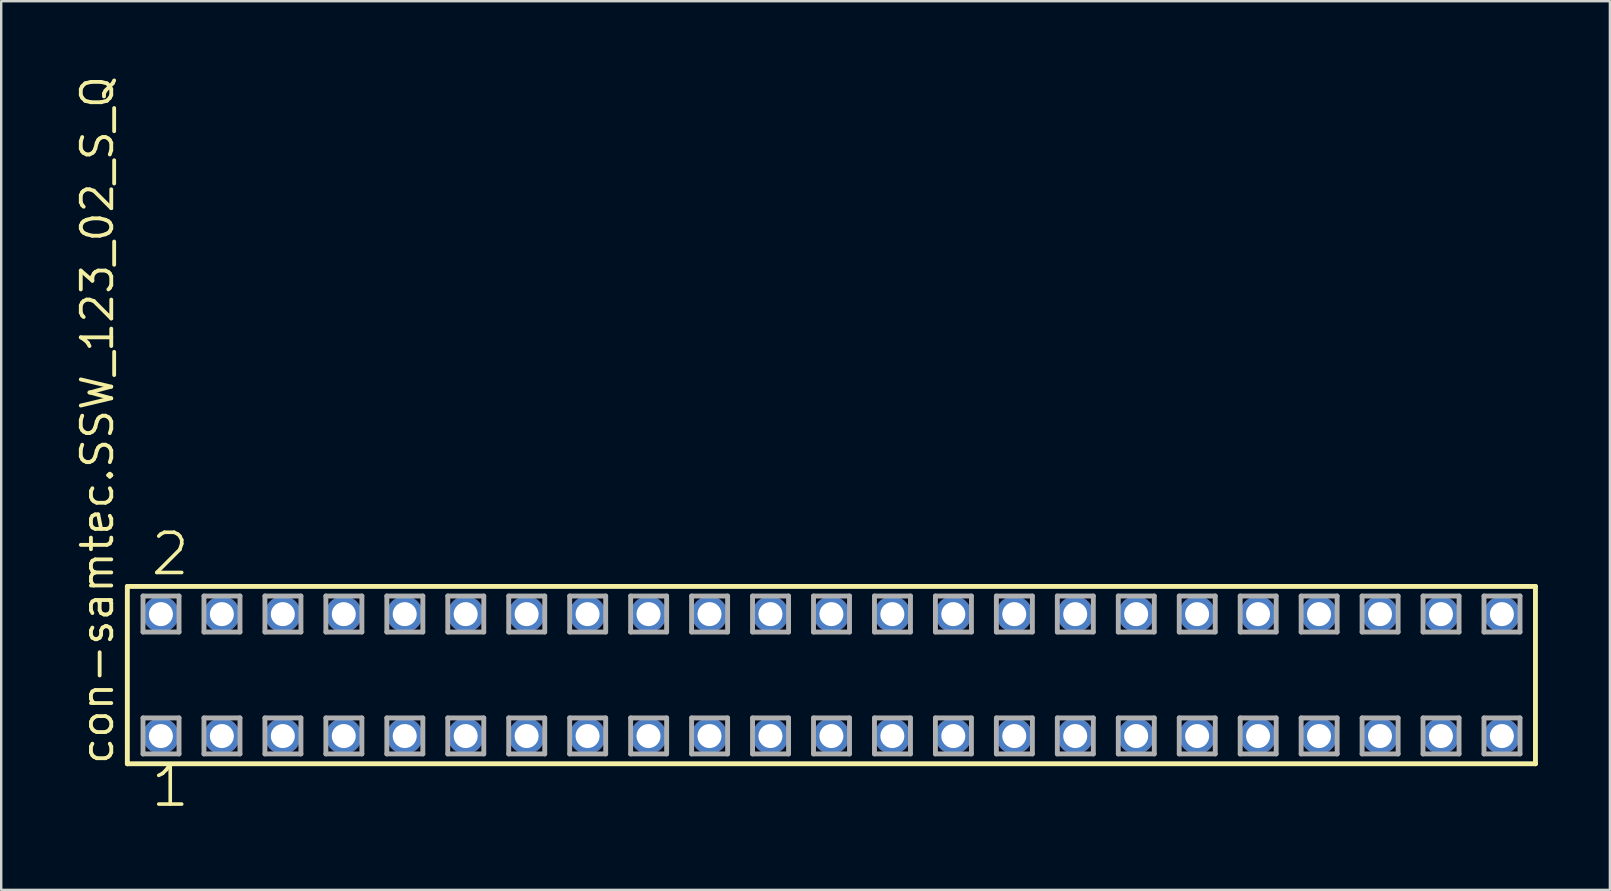
<source format=kicad_pcb>
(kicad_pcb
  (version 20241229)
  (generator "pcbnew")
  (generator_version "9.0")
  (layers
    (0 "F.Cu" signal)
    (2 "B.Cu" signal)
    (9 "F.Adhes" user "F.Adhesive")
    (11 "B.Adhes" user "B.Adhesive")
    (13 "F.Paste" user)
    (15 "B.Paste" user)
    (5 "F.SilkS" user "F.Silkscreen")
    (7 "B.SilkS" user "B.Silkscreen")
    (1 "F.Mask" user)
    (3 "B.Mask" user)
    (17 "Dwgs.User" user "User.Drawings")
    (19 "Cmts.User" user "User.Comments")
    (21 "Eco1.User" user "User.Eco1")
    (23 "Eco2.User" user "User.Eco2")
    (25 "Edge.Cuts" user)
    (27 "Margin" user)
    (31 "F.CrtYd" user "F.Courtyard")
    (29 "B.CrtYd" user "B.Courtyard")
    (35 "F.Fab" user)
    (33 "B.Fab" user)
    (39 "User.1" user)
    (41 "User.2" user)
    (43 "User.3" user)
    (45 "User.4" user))
  (footprint "con-samtec.SSW_123_02_S_Q"
    (layer "F.Cu")
    (at 31.595 25.082)
    (property "Reference" "con-samtec.SSW_123_02_S_Q" (at -29.845 3.81 90) (layer "F.SilkS") (effects (font (size 1.27 1.27) (thickness 0.16)) (justify left bottom)))
    (attr through_hole)
    (fp_line (start -29.339 -3.695) (end 29.339 -3.695) (stroke (width 0.203) (type default)) (layer "F.SilkS"))
    (fp_line (start -29.339 3.695) (end -29.339 -3.695) (stroke (width 0.203) (type default)) (layer "F.SilkS"))
    (fp_line (start 29.339 -3.695) (end 29.339 3.695) (stroke (width 0.203) (type default)) (layer "F.SilkS"))
    (fp_line (start 29.339 3.695) (end -29.339 3.695) (stroke (width 0.203) (type default)) (layer "F.SilkS"))
    (fp_line (start -28.685 -3.295) (end -27.185 -3.295) (stroke (width 0.203) (type default)) (layer "F.Fab"))
    (fp_line (start -28.685 -1.795) (end -28.685 -3.295) (stroke (width 0.203) (type default)) (layer "F.Fab"))
    (fp_line (start -28.685 1.785) (end -27.185 1.785) (stroke (width 0.203) (type default)) (layer "F.Fab"))
    (fp_line (start -28.685 3.285) (end -28.685 1.785) (stroke (width 0.203) (type default)) (layer "F.Fab"))
    (fp_line (start -27.185 -3.295) (end -27.185 -1.795) (stroke (width 0.203) (type default)) (layer "F.Fab"))
    (fp_line (start -27.185 -1.795) (end -28.685 -1.795) (stroke (width 0.203) (type default)) (layer "F.Fab"))
    (fp_line (start -27.185 1.785) (end -27.185 3.285) (stroke (width 0.203) (type default)) (layer "F.Fab"))
    (fp_line (start -27.185 3.285) (end -28.685 3.285) (stroke (width 0.203) (type default)) (layer "F.Fab"))
    (fp_line (start -26.145 -3.295) (end -24.645 -3.295) (stroke (width 0.203) (type default)) (layer "F.Fab"))
    (fp_line (start -26.145 -1.795) (end -26.145 -3.295) (stroke (width 0.203) (type default)) (layer "F.Fab"))
    (fp_line (start -26.145 1.785) (end -24.645 1.785) (stroke (width 0.203) (type default)) (layer "F.Fab"))
    (fp_line (start -26.145 3.285) (end -26.145 1.785) (stroke (width 0.203) (type default)) (layer "F.Fab"))
    (fp_line (start -24.645 -3.295) (end -24.645 -1.795) (stroke (width 0.203) (type default)) (layer "F.Fab"))
    (fp_line (start -24.645 -1.795) (end -26.145 -1.795) (stroke (width 0.203) (type default)) (layer "F.Fab"))
    (fp_line (start -24.645 1.785) (end -24.645 3.285) (stroke (width 0.203) (type default)) (layer "F.Fab"))
    (fp_line (start -24.645 3.285) (end -26.145 3.285) (stroke (width 0.203) (type default)) (layer "F.Fab"))
    (fp_line (start -23.605 -3.295) (end -22.105 -3.295) (stroke (width 0.203) (type default)) (layer "F.Fab"))
    (fp_line (start -23.605 -1.795) (end -23.605 -3.295) (stroke (width 0.203) (type default)) (layer "F.Fab"))
    (fp_line (start -23.605 1.785) (end -22.105 1.785) (stroke (width 0.203) (type default)) (layer "F.Fab"))
    (fp_line (start -23.605 3.285) (end -23.605 1.785) (stroke (width 0.203) (type default)) (layer "F.Fab"))
    (fp_line (start -22.105 -3.295) (end -22.105 -1.795) (stroke (width 0.203) (type default)) (layer "F.Fab"))
    (fp_line (start -22.105 -1.795) (end -23.605 -1.795) (stroke (width 0.203) (type default)) (layer "F.Fab"))
    (fp_line (start -22.105 1.785) (end -22.105 3.285) (stroke (width 0.203) (type default)) (layer "F.Fab"))
    (fp_line (start -22.105 3.285) (end -23.605 3.285) (stroke (width 0.203) (type default)) (layer "F.Fab"))
    (fp_line (start -21.065 -3.295) (end -19.565 -3.295) (stroke (width 0.203) (type default)) (layer "F.Fab"))
    (fp_line (start -21.065 -1.795) (end -21.065 -3.295) (stroke (width 0.203) (type default)) (layer "F.Fab"))
    (fp_line (start -21.065 1.785) (end -19.565 1.785) (stroke (width 0.203) (type default)) (layer "F.Fab"))
    (fp_line (start -21.065 3.285) (end -21.065 1.785) (stroke (width 0.203) (type default)) (layer "F.Fab"))
    (fp_line (start -19.565 -3.295) (end -19.565 -1.795) (stroke (width 0.203) (type default)) (layer "F.Fab"))
    (fp_line (start -19.565 -1.795) (end -21.065 -1.795) (stroke (width 0.203) (type default)) (layer "F.Fab"))
    (fp_line (start -19.565 1.785) (end -19.565 3.285) (stroke (width 0.203) (type default)) (layer "F.Fab"))
    (fp_line (start -19.565 3.285) (end -21.065 3.285) (stroke (width 0.203) (type default)) (layer "F.Fab"))
    (fp_line (start -18.525 -3.295) (end -17.025 -3.295) (stroke (width 0.203) (type default)) (layer "F.Fab"))
    (fp_line (start -18.525 -1.795) (end -18.525 -3.295) (stroke (width 0.203) (type default)) (layer "F.Fab"))
    (fp_line (start -18.525 1.785) (end -17.025 1.785) (stroke (width 0.203) (type default)) (layer "F.Fab"))
    (fp_line (start -18.525 3.285) (end -18.525 1.785) (stroke (width 0.203) (type default)) (layer "F.Fab"))
    (fp_line (start -17.025 -3.295) (end -17.025 -1.795) (stroke (width 0.203) (type default)) (layer "F.Fab"))
    (fp_line (start -17.025 -1.795) (end -18.525 -1.795) (stroke (width 0.203) (type default)) (layer "F.Fab"))
    (fp_line (start -17.025 1.785) (end -17.025 3.285) (stroke (width 0.203) (type default)) (layer "F.Fab"))
    (fp_line (start -17.025 3.285) (end -18.525 3.285) (stroke (width 0.203) (type default)) (layer "F.Fab"))
    (fp_line (start -15.985 -3.295) (end -14.485 -3.295) (stroke (width 0.203) (type default)) (layer "F.Fab"))
    (fp_line (start -15.985 -1.795) (end -15.985 -3.295) (stroke (width 0.203) (type default)) (layer "F.Fab"))
    (fp_line (start -15.985 1.785) (end -14.485 1.785) (stroke (width 0.203) (type default)) (layer "F.Fab"))
    (fp_line (start -15.985 3.285) (end -15.985 1.785) (stroke (width 0.203) (type default)) (layer "F.Fab"))
    (fp_line (start -14.485 -3.295) (end -14.485 -1.795) (stroke (width 0.203) (type default)) (layer "F.Fab"))
    (fp_line (start -14.485 -1.795) (end -15.985 -1.795) (stroke (width 0.203) (type default)) (layer "F.Fab"))
    (fp_line (start -14.485 1.785) (end -14.485 3.285) (stroke (width 0.203) (type default)) (layer "F.Fab"))
    (fp_line (start -14.485 3.285) (end -15.985 3.285) (stroke (width 0.203) (type default)) (layer "F.Fab"))
    (fp_line (start -13.445 -3.295) (end -11.945 -3.295) (stroke (width 0.203) (type default)) (layer "F.Fab"))
    (fp_line (start -13.445 -1.795) (end -13.445 -3.295) (stroke (width 0.203) (type default)) (layer "F.Fab"))
    (fp_line (start -13.445 1.785) (end -11.945 1.785) (stroke (width 0.203) (type default)) (layer "F.Fab"))
    (fp_line (start -13.445 3.285) (end -13.445 1.785) (stroke (width 0.203) (type default)) (layer "F.Fab"))
    (fp_line (start -11.945 -3.295) (end -11.945 -1.795) (stroke (width 0.203) (type default)) (layer "F.Fab"))
    (fp_line (start -11.945 -1.795) (end -13.445 -1.795) (stroke (width 0.203) (type default)) (layer "F.Fab"))
    (fp_line (start -11.945 1.785) (end -11.945 3.285) (stroke (width 0.203) (type default)) (layer "F.Fab"))
    (fp_line (start -11.945 3.285) (end -13.445 3.285) (stroke (width 0.203) (type default)) (layer "F.Fab"))
    (fp_line (start -10.905 -3.295) (end -9.405 -3.295) (stroke (width 0.203) (type default)) (layer "F.Fab"))
    (fp_line (start -10.905 -1.795) (end -10.905 -3.295) (stroke (width 0.203) (type default)) (layer "F.Fab"))
    (fp_line (start -10.905 1.785) (end -9.405 1.785) (stroke (width 0.203) (type default)) (layer "F.Fab"))
    (fp_line (start -10.905 3.285) (end -10.905 1.785) (stroke (width 0.203) (type default)) (layer "F.Fab"))
    (fp_line (start -9.405 -3.295) (end -9.405 -1.795) (stroke (width 0.203) (type default)) (layer "F.Fab"))
    (fp_line (start -9.405 -1.795) (end -10.905 -1.795) (stroke (width 0.203) (type default)) (layer "F.Fab"))
    (fp_line (start -9.405 1.785) (end -9.405 3.285) (stroke (width 0.203) (type default)) (layer "F.Fab"))
    (fp_line (start -9.405 3.285) (end -10.905 3.285) (stroke (width 0.203) (type default)) (layer "F.Fab"))
    (fp_line (start -8.365 -3.295) (end -6.865 -3.295) (stroke (width 0.203) (type default)) (layer "F.Fab"))
    (fp_line (start -8.365 -1.795) (end -8.365 -3.295) (stroke (width 0.203) (type default)) (layer "F.Fab"))
    (fp_line (start -8.365 1.785) (end -6.865 1.785) (stroke (width 0.203) (type default)) (layer "F.Fab"))
    (fp_line (start -8.365 3.285) (end -8.365 1.785) (stroke (width 0.203) (type default)) (layer "F.Fab"))
    (fp_line (start -6.865 -3.295) (end -6.865 -1.795) (stroke (width 0.203) (type default)) (layer "F.Fab"))
    (fp_line (start -6.865 -1.795) (end -8.365 -1.795) (stroke (width 0.203) (type default)) (layer "F.Fab"))
    (fp_line (start -6.865 1.785) (end -6.865 3.285) (stroke (width 0.203) (type default)) (layer "F.Fab"))
    (fp_line (start -6.865 3.285) (end -8.365 3.285) (stroke (width 0.203) (type default)) (layer "F.Fab"))
    (fp_line (start -5.825 -3.295) (end -4.325 -3.295) (stroke (width 0.203) (type default)) (layer "F.Fab"))
    (fp_line (start -5.825 -1.795) (end -5.825 -3.295) (stroke (width 0.203) (type default)) (layer "F.Fab"))
    (fp_line (start -5.825 1.785) (end -4.325 1.785) (stroke (width 0.203) (type default)) (layer "F.Fab"))
    (fp_line (start -5.825 3.285) (end -5.825 1.785) (stroke (width 0.203) (type default)) (layer "F.Fab"))
    (fp_line (start -4.325 -3.295) (end -4.325 -1.795) (stroke (width 0.203) (type default)) (layer "F.Fab"))
    (fp_line (start -4.325 -1.795) (end -5.825 -1.795) (stroke (width 0.203) (type default)) (layer "F.Fab"))
    (fp_line (start -4.325 1.785) (end -4.325 3.285) (stroke (width 0.203) (type default)) (layer "F.Fab"))
    (fp_line (start -4.325 3.285) (end -5.825 3.285) (stroke (width 0.203) (type default)) (layer "F.Fab"))
    (fp_line (start -3.285 -3.295) (end -1.785 -3.295) (stroke (width 0.203) (type default)) (layer "F.Fab"))
    (fp_line (start -3.285 -1.795) (end -3.285 -3.295) (stroke (width 0.203) (type default)) (layer "F.Fab"))
    (fp_line (start -3.285 1.785) (end -1.785 1.785) (stroke (width 0.203) (type default)) (layer "F.Fab"))
    (fp_line (start -3.285 3.285) (end -3.285 1.785) (stroke (width 0.203) (type default)) (layer "F.Fab"))
    (fp_line (start -1.785 -3.295) (end -1.785 -1.795) (stroke (width 0.203) (type default)) (layer "F.Fab"))
    (fp_line (start -1.785 -1.795) (end -3.285 -1.795) (stroke (width 0.203) (type default)) (layer "F.Fab"))
    (fp_line (start -1.785 1.785) (end -1.785 3.285) (stroke (width 0.203) (type default)) (layer "F.Fab"))
    (fp_line (start -1.785 3.285) (end -3.285 3.285) (stroke (width 0.203) (type default)) (layer "F.Fab"))
    (fp_line (start -0.745 -3.295) (end 0.755 -3.295) (stroke (width 0.203) (type default)) (layer "F.Fab"))
    (fp_line (start -0.745 -1.795) (end -0.745 -3.295) (stroke (width 0.203) (type default)) (layer "F.Fab"))
    (fp_line (start -0.745 1.785) (end 0.755 1.785) (stroke (width 0.203) (type default)) (layer "F.Fab"))
    (fp_line (start -0.745 3.285) (end -0.745 1.785) (stroke (width 0.203) (type default)) (layer "F.Fab"))
    (fp_line (start 0.755 -3.295) (end 0.755 -1.795) (stroke (width 0.203) (type default)) (layer "F.Fab"))
    (fp_line (start 0.755 -1.795) (end -0.745 -1.795) (stroke (width 0.203) (type default)) (layer "F.Fab"))
    (fp_line (start 0.755 1.785) (end 0.755 3.285) (stroke (width 0.203) (type default)) (layer "F.Fab"))
    (fp_line (start 0.755 3.285) (end -0.745 3.285) (stroke (width 0.203) (type default)) (layer "F.Fab"))
    (fp_line (start 1.795 -3.295) (end 3.295 -3.295) (stroke (width 0.203) (type default)) (layer "F.Fab"))
    (fp_line (start 1.795 -1.795) (end 1.795 -3.295) (stroke (width 0.203) (type default)) (layer "F.Fab"))
    (fp_line (start 1.795 1.785) (end 3.295 1.785) (stroke (width 0.203) (type default)) (layer "F.Fab"))
    (fp_line (start 1.795 3.285) (end 1.795 1.785) (stroke (width 0.203) (type default)) (layer "F.Fab"))
    (fp_line (start 3.295 -3.295) (end 3.295 -1.795) (stroke (width 0.203) (type default)) (layer "F.Fab"))
    (fp_line (start 3.295 -1.795) (end 1.795 -1.795) (stroke (width 0.203) (type default)) (layer "F.Fab"))
    (fp_line (start 3.295 1.785) (end 3.295 3.285) (stroke (width 0.203) (type default)) (layer "F.Fab"))
    (fp_line (start 3.295 3.285) (end 1.795 3.285) (stroke (width 0.203) (type default)) (layer "F.Fab"))
    (fp_line (start 4.335 -3.295) (end 5.835 -3.295) (stroke (width 0.203) (type default)) (layer "F.Fab"))
    (fp_line (start 4.335 -1.795) (end 4.335 -3.295) (stroke (width 0.203) (type default)) (layer "F.Fab"))
    (fp_line (start 4.335 1.785) (end 5.835 1.785) (stroke (width 0.203) (type default)) (layer "F.Fab"))
    (fp_line (start 4.335 3.285) (end 4.335 1.785) (stroke (width 0.203) (type default)) (layer "F.Fab"))
    (fp_line (start 5.835 -3.295) (end 5.835 -1.795) (stroke (width 0.203) (type default)) (layer "F.Fab"))
    (fp_line (start 5.835 -1.795) (end 4.335 -1.795) (stroke (width 0.203) (type default)) (layer "F.Fab"))
    (fp_line (start 5.835 1.785) (end 5.835 3.285) (stroke (width 0.203) (type default)) (layer "F.Fab"))
    (fp_line (start 5.835 3.285) (end 4.335 3.285) (stroke (width 0.203) (type default)) (layer "F.Fab"))
    (fp_line (start 6.875 -3.295) (end 8.375 -3.295) (stroke (width 0.203) (type default)) (layer "F.Fab"))
    (fp_line (start 6.875 -1.795) (end 6.875 -3.295) (stroke (width 0.203) (type default)) (layer "F.Fab"))
    (fp_line (start 6.875 1.785) (end 8.375 1.785) (stroke (width 0.203) (type default)) (layer "F.Fab"))
    (fp_line (start 6.875 3.285) (end 6.875 1.785) (stroke (width 0.203) (type default)) (layer "F.Fab"))
    (fp_line (start 8.375 -3.295) (end 8.375 -1.795) (stroke (width 0.203) (type default)) (layer "F.Fab"))
    (fp_line (start 8.375 -1.795) (end 6.875 -1.795) (stroke (width 0.203) (type default)) (layer "F.Fab"))
    (fp_line (start 8.375 1.785) (end 8.375 3.285) (stroke (width 0.203) (type default)) (layer "F.Fab"))
    (fp_line (start 8.375 3.285) (end 6.875 3.285) (stroke (width 0.203) (type default)) (layer "F.Fab"))
    (fp_line (start 9.415 -3.295) (end 10.915 -3.295) (stroke (width 0.203) (type default)) (layer "F.Fab"))
    (fp_line (start 9.415 -1.795) (end 9.415 -3.295) (stroke (width 0.203) (type default)) (layer "F.Fab"))
    (fp_line (start 9.415 1.785) (end 10.915 1.785) (stroke (width 0.203) (type default)) (layer "F.Fab"))
    (fp_line (start 9.415 3.285) (end 9.415 1.785) (stroke (width 0.203) (type default)) (layer "F.Fab"))
    (fp_line (start 10.915 -3.295) (end 10.915 -1.795) (stroke (width 0.203) (type default)) (layer "F.Fab"))
    (fp_line (start 10.915 -1.795) (end 9.415 -1.795) (stroke (width 0.203) (type default)) (layer "F.Fab"))
    (fp_line (start 10.915 1.785) (end 10.915 3.285) (stroke (width 0.203) (type default)) (layer "F.Fab"))
    (fp_line (start 10.915 3.285) (end 9.415 3.285) (stroke (width 0.203) (type default)) (layer "F.Fab"))
    (fp_line (start 11.955 -3.295) (end 13.455 -3.295) (stroke (width 0.203) (type default)) (layer "F.Fab"))
    (fp_line (start 11.955 -1.795) (end 11.955 -3.295) (stroke (width 0.203) (type default)) (layer "F.Fab"))
    (fp_line (start 11.955 1.785) (end 13.455 1.785) (stroke (width 0.203) (type default)) (layer "F.Fab"))
    (fp_line (start 11.955 3.285) (end 11.955 1.785) (stroke (width 0.203) (type default)) (layer "F.Fab"))
    (fp_line (start 13.455 -3.295) (end 13.455 -1.795) (stroke (width 0.203) (type default)) (layer "F.Fab"))
    (fp_line (start 13.455 -1.795) (end 11.955 -1.795) (stroke (width 0.203) (type default)) (layer "F.Fab"))
    (fp_line (start 13.455 1.785) (end 13.455 3.285) (stroke (width 0.203) (type default)) (layer "F.Fab"))
    (fp_line (start 13.455 3.285) (end 11.955 3.285) (stroke (width 0.203) (type default)) (layer "F.Fab"))
    (fp_line (start 14.495 -3.295) (end 15.995 -3.295) (stroke (width 0.203) (type default)) (layer "F.Fab"))
    (fp_line (start 14.495 -1.795) (end 14.495 -3.295) (stroke (width 0.203) (type default)) (layer "F.Fab"))
    (fp_line (start 14.495 1.785) (end 15.995 1.785) (stroke (width 0.203) (type default)) (layer "F.Fab"))
    (fp_line (start 14.495 3.285) (end 14.495 1.785) (stroke (width 0.203) (type default)) (layer "F.Fab"))
    (fp_line (start 15.995 -3.295) (end 15.995 -1.795) (stroke (width 0.203) (type default)) (layer "F.Fab"))
    (fp_line (start 15.995 -1.795) (end 14.495 -1.795) (stroke (width 0.203) (type default)) (layer "F.Fab"))
    (fp_line (start 15.995 1.785) (end 15.995 3.285) (stroke (width 0.203) (type default)) (layer "F.Fab"))
    (fp_line (start 15.995 3.285) (end 14.495 3.285) (stroke (width 0.203) (type default)) (layer "F.Fab"))
    (fp_line (start 17.035 -3.295) (end 18.535 -3.295) (stroke (width 0.203) (type default)) (layer "F.Fab"))
    (fp_line (start 17.035 -1.795) (end 17.035 -3.295) (stroke (width 0.203) (type default)) (layer "F.Fab"))
    (fp_line (start 17.035 1.785) (end 18.535 1.785) (stroke (width 0.203) (type default)) (layer "F.Fab"))
    (fp_line (start 17.035 3.285) (end 17.035 1.785) (stroke (width 0.203) (type default)) (layer "F.Fab"))
    (fp_line (start 18.535 -3.295) (end 18.535 -1.795) (stroke (width 0.203) (type default)) (layer "F.Fab"))
    (fp_line (start 18.535 -1.795) (end 17.035 -1.795) (stroke (width 0.203) (type default)) (layer "F.Fab"))
    (fp_line (start 18.535 1.785) (end 18.535 3.285) (stroke (width 0.203) (type default)) (layer "F.Fab"))
    (fp_line (start 18.535 3.285) (end 17.035 3.285) (stroke (width 0.203) (type default)) (layer "F.Fab"))
    (fp_line (start 19.575 -3.295) (end 21.075 -3.295) (stroke (width 0.203) (type default)) (layer "F.Fab"))
    (fp_line (start 19.575 -1.795) (end 19.575 -3.295) (stroke (width 0.203) (type default)) (layer "F.Fab"))
    (fp_line (start 19.575 1.785) (end 21.075 1.785) (stroke (width 0.203) (type default)) (layer "F.Fab"))
    (fp_line (start 19.575 3.285) (end 19.575 1.785) (stroke (width 0.203) (type default)) (layer "F.Fab"))
    (fp_line (start 21.075 -3.295) (end 21.075 -1.795) (stroke (width 0.203) (type default)) (layer "F.Fab"))
    (fp_line (start 21.075 -1.795) (end 19.575 -1.795) (stroke (width 0.203) (type default)) (layer "F.Fab"))
    (fp_line (start 21.075 1.785) (end 21.075 3.285) (stroke (width 0.203) (type default)) (layer "F.Fab"))
    (fp_line (start 21.075 3.285) (end 19.575 3.285) (stroke (width 0.203) (type default)) (layer "F.Fab"))
    (fp_line (start 22.115 -3.295) (end 23.615 -3.295) (stroke (width 0.203) (type default)) (layer "F.Fab"))
    (fp_line (start 22.115 -1.795) (end 22.115 -3.295) (stroke (width 0.203) (type default)) (layer "F.Fab"))
    (fp_line (start 22.115 1.785) (end 23.615 1.785) (stroke (width 0.203) (type default)) (layer "F.Fab"))
    (fp_line (start 22.115 3.285) (end 22.115 1.785) (stroke (width 0.203) (type default)) (layer "F.Fab"))
    (fp_line (start 23.615 -3.295) (end 23.615 -1.795) (stroke (width 0.203) (type default)) (layer "F.Fab"))
    (fp_line (start 23.615 -1.795) (end 22.115 -1.795) (stroke (width 0.203) (type default)) (layer "F.Fab"))
    (fp_line (start 23.615 1.785) (end 23.615 3.285) (stroke (width 0.203) (type default)) (layer "F.Fab"))
    (fp_line (start 23.615 3.285) (end 22.115 3.285) (stroke (width 0.203) (type default)) (layer "F.Fab"))
    (fp_line (start 24.655 -3.295) (end 26.155 -3.295) (stroke (width 0.203) (type default)) (layer "F.Fab"))
    (fp_line (start 24.655 -1.795) (end 24.655 -3.295) (stroke (width 0.203) (type default)) (layer "F.Fab"))
    (fp_line (start 24.655 1.785) (end 26.155 1.785) (stroke (width 0.203) (type default)) (layer "F.Fab"))
    (fp_line (start 24.655 3.285) (end 24.655 1.785) (stroke (width 0.203) (type default)) (layer "F.Fab"))
    (fp_line (start 26.155 -3.295) (end 26.155 -1.795) (stroke (width 0.203) (type default)) (layer "F.Fab"))
    (fp_line (start 26.155 -1.795) (end 24.655 -1.795) (stroke (width 0.203) (type default)) (layer "F.Fab"))
    (fp_line (start 26.155 1.785) (end 26.155 3.285) (stroke (width 0.203) (type default)) (layer "F.Fab"))
    (fp_line (start 26.155 3.285) (end 24.655 3.285) (stroke (width 0.203) (type default)) (layer "F.Fab"))
    (fp_line (start 27.195 -3.295) (end 28.695 -3.295) (stroke (width 0.203) (type default)) (layer "F.Fab"))
    (fp_line (start 27.195 -1.795) (end 27.195 -3.295) (stroke (width 0.203) (type default)) (layer "F.Fab"))
    (fp_line (start 27.195 1.785) (end 28.695 1.785) (stroke (width 0.203) (type default)) (layer "F.Fab"))
    (fp_line (start 27.195 3.285) (end 27.195 1.785) (stroke (width 0.203) (type default)) (layer "F.Fab"))
    (fp_line (start 28.695 -3.295) (end 28.695 -1.795) (stroke (width 0.203) (type default)) (layer "F.Fab"))
    (fp_line (start 28.695 -1.795) (end 27.195 -1.795) (stroke (width 0.203) (type default)) (layer "F.Fab"))
    (fp_line (start 28.695 1.785) (end 28.695 3.285) (stroke (width 0.203) (type default)) (layer "F.Fab"))
    (fp_line (start 28.695 3.285) (end 27.195 3.285) (stroke (width 0.203) (type default)) (layer "F.Fab"))
    (fp_text user "2" (at -28.448 -4.064 0) (layer "F.SilkS") (effects (font (size 1.676 1.676) (thickness 0.15)) (justify left bottom)))
    (fp_text user "1" (at -28.448 5.588 0) (layer "F.SilkS") (effects (font (size 1.676 1.676) (thickness 0.15)) (justify left bottom)))
    (pad "1" thru_hole circle (at -27.94 2.54) (size 1.5 1.5) (drill 1) (layers "*.Cu" "*.Mask"))
    (pad "2" thru_hole circle (at -27.94 -2.54) (size 1.5 1.5) (drill 1) (layers "*.Cu" "*.Mask"))
    (pad "3" thru_hole circle (at -25.4 2.54) (size 1.5 1.5) (drill 1) (layers "*.Cu" "*.Mask"))
    (pad "4" thru_hole circle (at -25.4 -2.54) (size 1.5 1.5) (drill 1) (layers "*.Cu" "*.Mask"))
    (pad "5" thru_hole circle (at -22.86 2.54) (size 1.5 1.5) (drill 1) (layers "*.Cu" "*.Mask"))
    (pad "6" thru_hole circle (at -22.86 -2.54) (size 1.5 1.5) (drill 1) (layers "*.Cu" "*.Mask"))
    (pad "7" thru_hole circle (at -20.32 2.54) (size 1.5 1.5) (drill 1) (layers "*.Cu" "*.Mask"))
    (pad "8" thru_hole circle (at -20.32 -2.54) (size 1.5 1.5) (drill 1) (layers "*.Cu" "*.Mask"))
    (pad "9" thru_hole circle (at -17.78 2.54) (size 1.5 1.5) (drill 1) (layers "*.Cu" "*.Mask"))
    (pad "10" thru_hole circle (at -17.78 -2.54) (size 1.5 1.5) (drill 1) (layers "*.Cu" "*.Mask"))
    (pad "11" thru_hole circle (at -15.24 2.54) (size 1.5 1.5) (drill 1) (layers "*.Cu" "*.Mask"))
    (pad "12" thru_hole circle (at -15.24 -2.54) (size 1.5 1.5) (drill 1) (layers "*.Cu" "*.Mask"))
    (pad "13" thru_hole circle (at -12.7 2.54) (size 1.5 1.5) (drill 1) (layers "*.Cu" "*.Mask"))
    (pad "14" thru_hole circle (at -12.7 -2.54) (size 1.5 1.5) (drill 1) (layers "*.Cu" "*.Mask"))
    (pad "15" thru_hole circle (at -10.16 2.54) (size 1.5 1.5) (drill 1) (layers "*.Cu" "*.Mask"))
    (pad "16" thru_hole circle (at -10.16 -2.54) (size 1.5 1.5) (drill 1) (layers "*.Cu" "*.Mask"))
    (pad "17" thru_hole circle (at -7.62 2.54) (size 1.5 1.5) (drill 1) (layers "*.Cu" "*.Mask"))
    (pad "18" thru_hole circle (at -7.62 -2.54) (size 1.5 1.5) (drill 1) (layers "*.Cu" "*.Mask"))
    (pad "19" thru_hole circle (at -5.08 2.54) (size 1.5 1.5) (drill 1) (layers "*.Cu" "*.Mask"))
    (pad "20" thru_hole circle (at -5.08 -2.54) (size 1.5 1.5) (drill 1) (layers "*.Cu" "*.Mask"))
    (pad "21" thru_hole circle (at -2.54 2.54) (size 1.5 1.5) (drill 1) (layers "*.Cu" "*.Mask"))
    (pad "22" thru_hole circle (at -2.54 -2.54) (size 1.5 1.5) (drill 1) (layers "*.Cu" "*.Mask"))
    (pad "23" thru_hole circle (at 0 2.54) (size 1.5 1.5) (drill 1) (layers "*.Cu" "*.Mask"))
    (pad "24" thru_hole circle (at 0 -2.54) (size 1.5 1.5) (drill 1) (layers "*.Cu" "*.Mask"))
    (pad "25" thru_hole circle (at 2.54 2.54) (size 1.5 1.5) (drill 1) (layers "*.Cu" "*.Mask"))
    (pad "26" thru_hole circle (at 2.54 -2.54) (size 1.5 1.5) (drill 1) (layers "*.Cu" "*.Mask"))
    (pad "27" thru_hole circle (at 5.08 2.54) (size 1.5 1.5) (drill 1) (layers "*.Cu" "*.Mask"))
    (pad "28" thru_hole circle (at 5.08 -2.54) (size 1.5 1.5) (drill 1) (layers "*.Cu" "*.Mask"))
    (pad "29" thru_hole circle (at 7.62 2.54) (size 1.5 1.5) (drill 1) (layers "*.Cu" "*.Mask"))
    (pad "30" thru_hole circle (at 7.62 -2.54) (size 1.5 1.5) (drill 1) (layers "*.Cu" "*.Mask"))
    (pad "31" thru_hole circle (at 10.16 2.54) (size 1.5 1.5) (drill 1) (layers "*.Cu" "*.Mask"))
    (pad "32" thru_hole circle (at 10.16 -2.54) (size 1.5 1.5) (drill 1) (layers "*.Cu" "*.Mask"))
    (pad "33" thru_hole circle (at 12.7 2.54) (size 1.5 1.5) (drill 1) (layers "*.Cu" "*.Mask"))
    (pad "34" thru_hole circle (at 12.7 -2.54) (size 1.5 1.5) (drill 1) (layers "*.Cu" "*.Mask"))
    (pad "35" thru_hole circle (at 15.24 2.54) (size 1.5 1.5) (drill 1) (layers "*.Cu" "*.Mask"))
    (pad "36" thru_hole circle (at 15.24 -2.54) (size 1.5 1.5) (drill 1) (layers "*.Cu" "*.Mask"))
    (pad "37" thru_hole circle (at 17.78 2.54) (size 1.5 1.5) (drill 1) (layers "*.Cu" "*.Mask"))
    (pad "38" thru_hole circle (at 17.78 -2.54) (size 1.5 1.5) (drill 1) (layers "*.Cu" "*.Mask"))
    (pad "39" thru_hole circle (at 20.32 2.54) (size 1.5 1.5) (drill 1) (layers "*.Cu" "*.Mask"))
    (pad "40" thru_hole circle (at 20.32 -2.54) (size 1.5 1.5) (drill 1) (layers "*.Cu" "*.Mask"))
    (pad "41" thru_hole circle (at 22.86 2.54) (size 1.5 1.5) (drill 1) (layers "*.Cu" "*.Mask"))
    (pad "42" thru_hole circle (at 22.86 -2.54) (size 1.5 1.5) (drill 1) (layers "*.Cu" "*.Mask"))
    (pad "43" thru_hole circle (at 25.4 2.54) (size 1.5 1.5) (drill 1) (layers "*.Cu" "*.Mask"))
    (pad "44" thru_hole circle (at 25.4 -2.54) (size 1.5 1.5) (drill 1) (layers "*.Cu" "*.Mask"))
    (pad "45" thru_hole circle (at 27.94 2.54) (size 1.5 1.5) (drill 1) (layers "*.Cu" "*.Mask"))
    (pad "46" thru_hole circle (at 27.94 -2.54) (size 1.5 1.5) (drill 1) (layers "*.Cu" "*.Mask")))
  (gr_rect
    (start -3 -3)
    (end 64.036 34.031)
    (stroke (width 0.1) (type default))
    (fill no)
    (layer "Edge.Cuts")))
</source>
